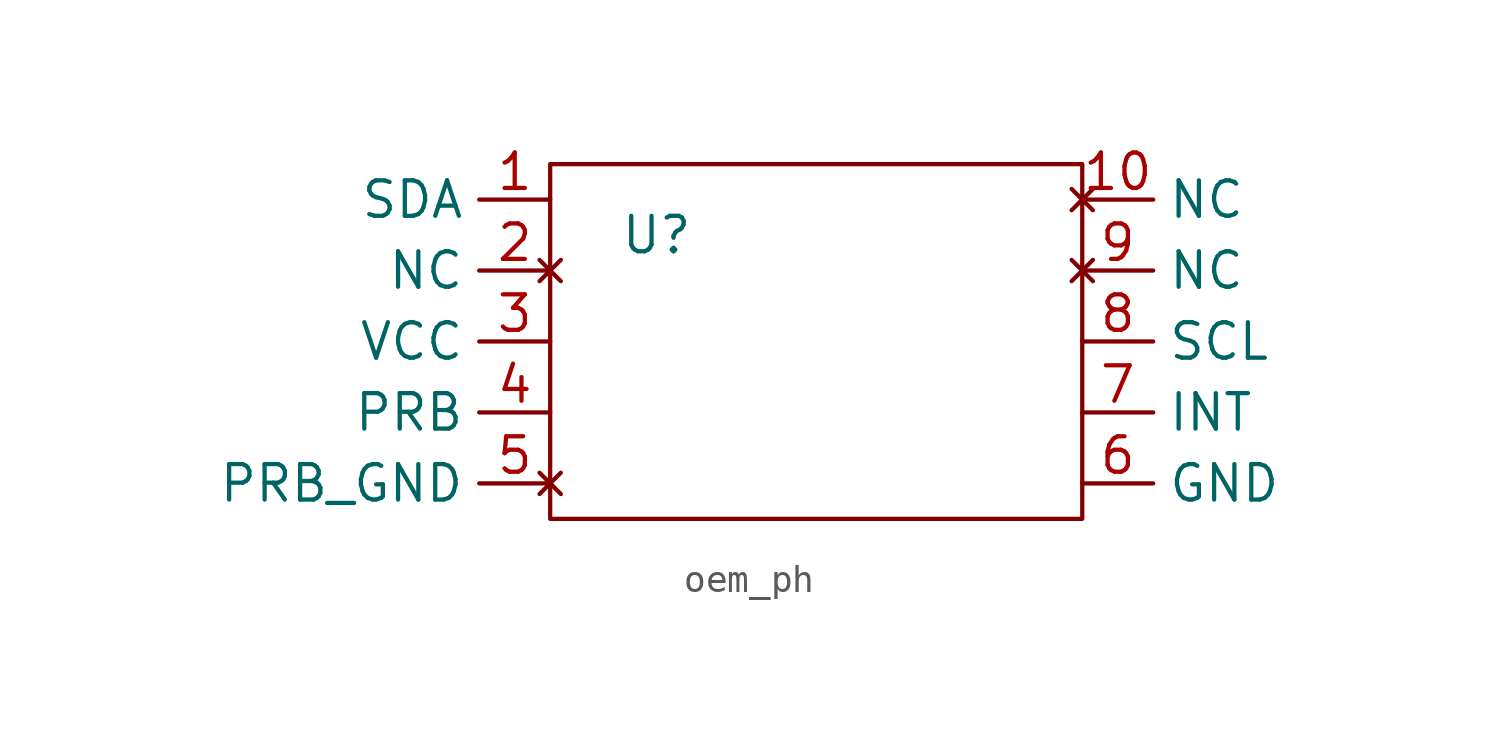
<source format=kicad_sym>
(kicad_symbol_lib
  (version 20231120)
  (generator "kicad_symbol_editor")
  (generator_version "8.0")
  (symbol "oem_ph"
    (property "Reference" "U"
      (at -6.35 3.81 0)
      (effects (font (size 1.27 1.27))))
    (property "Value" ""
      (at -6.35 3.81 0)
      (effects (font (size 1.27 1.27))))
    (symbol "oem_ph_0_1"
      (rectangle (start -10.16 6.35) (end 8.89 -6.35) (stroke (width 0) (type default)) (fill (type none))))
    (symbol "oem_ph_1_1"
      (pin bidirectional line (at -10.16 5.08 180) (length 2.54) (name "SDA" (effects (font (size 1.27 1.27)))) (number "1" (effects (font (size 1.27 1.27)))))
      (pin no_connect line (at 8.89 5.08 0) (length 2.54) (name "NC" (effects (font (size 1.27 1.27)))) (number "10" (effects (font (size 1.27 1.27)))))
      (pin no_connect line (at -10.16 2.54 180) (length 2.54) (name "NC" (effects (font (size 1.27 1.27)))) (number "2" (effects (font (size 1.27 1.27)))))
      (pin power_in line (at -10.16 0 180) (length 2.54) (name "VCC" (effects (font (size 1.27 1.27)))) (number "3" (effects (font (size 1.27 1.27)))))
      (pin input line (at -10.16 -2.54 180) (length 2.54) (name "PRB" (effects (font (size 1.27 1.27)))) (number "4" (effects (font (size 1.27 1.27)))))
      (pin no_connect line (at -10.16 -5.08 180) (length 2.54) (name "PRB_GND" (effects (font (size 1.27 1.27)))) (number "5" (effects (font (size 1.27 1.27)))))
      (pin power_in line (at 8.89 -5.08 0) (length 2.54) (name "GND" (effects (font (size 1.27 1.27)))) (number "6" (effects (font (size 1.27 1.27)))))
      (pin output line (at 8.89 -2.54 0) (length 2.54) (name "INT" (effects (font (size 1.27 1.27)))) (number "7" (effects (font (size 1.27 1.27)))))
      (pin input line (at 8.89 0 0) (length 2.54) (name "SCL" (effects (font (size 1.27 1.27)))) (number "8" (effects (font (size 1.27 1.27)))))
      (pin no_connect line (at 8.89 2.54 0) (length 2.54) (name "NC" (effects (font (size 1.27 1.27)))) (number "9" (effects (font (size 1.27 1.27))))))))
</source>
